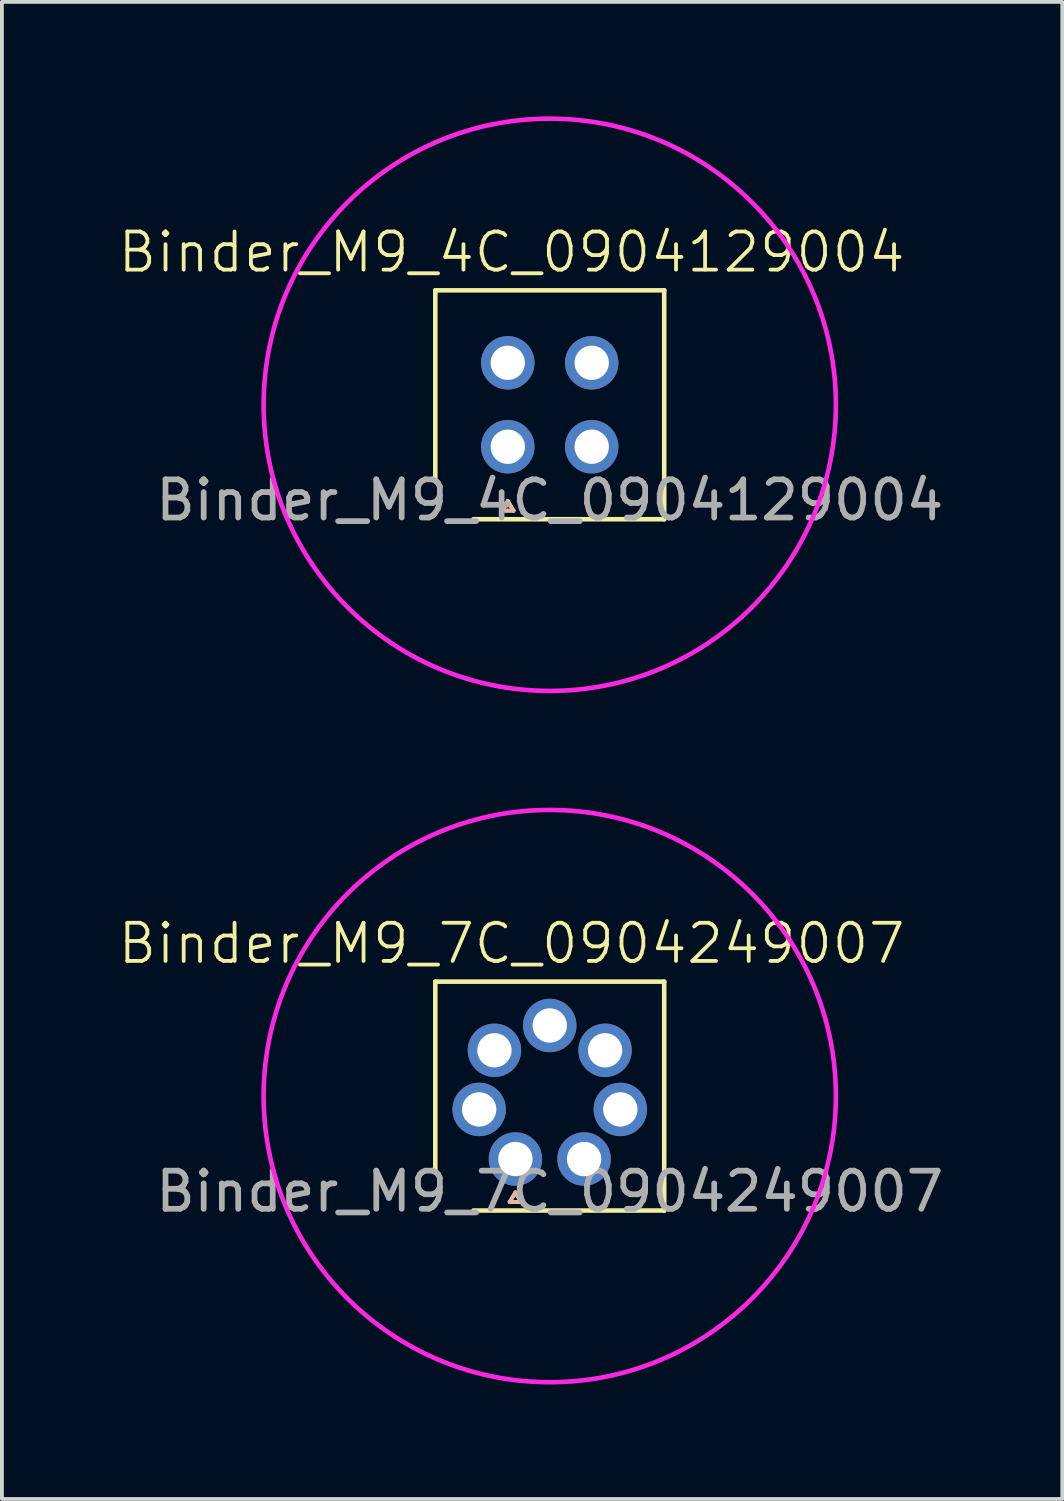
<source format=kicad_pcb>
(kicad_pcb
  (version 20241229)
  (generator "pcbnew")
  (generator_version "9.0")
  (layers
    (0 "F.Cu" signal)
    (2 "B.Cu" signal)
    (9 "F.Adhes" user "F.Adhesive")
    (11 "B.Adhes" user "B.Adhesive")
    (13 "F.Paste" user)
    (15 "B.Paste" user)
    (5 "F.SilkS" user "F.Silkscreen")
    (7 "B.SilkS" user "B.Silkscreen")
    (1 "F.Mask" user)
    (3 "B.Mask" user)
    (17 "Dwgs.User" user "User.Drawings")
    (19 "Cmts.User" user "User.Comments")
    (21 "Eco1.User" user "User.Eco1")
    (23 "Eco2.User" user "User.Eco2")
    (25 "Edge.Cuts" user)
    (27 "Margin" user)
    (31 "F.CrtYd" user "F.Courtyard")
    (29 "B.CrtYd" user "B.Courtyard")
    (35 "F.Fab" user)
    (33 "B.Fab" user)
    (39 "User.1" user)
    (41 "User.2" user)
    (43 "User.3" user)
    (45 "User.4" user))
  (footprint "Binder_M9_4C_0904129004"
    (layer "F.Cu")
    (at 11.36 7.56)
    (property "Reference" "Binder_M9_4C_0904129004" (at -1 -4 0) (unlocked yes) (layer "F.SilkS") (effects (font (size 1 1) (thickness 0.1))))
    (attr smd)
    (fp_line (start -3 -3) (end 3 -3) (stroke (width 0.12) (type default)) (layer "F.SilkS"))
    (fp_line (start -3 2) (end -3 -3) (stroke (width 0.12) (type default)) (layer "F.SilkS"))
    (fp_line (start -1.25 2.775) (end -0.95 2.775) (stroke (width 0.1) (type default)) (layer "F.SilkS"))
    (fp_line (start -1.1 2.525) (end -1.25 2.775) (stroke (width 0.1) (type default)) (layer "F.SilkS"))
    (fp_line (start -1.1 2.525) (end -0.95 2.775) (stroke (width 0.1) (type default)) (layer "F.SilkS"))
    (fp_line (start 3 -3) (end 3 3) (stroke (width 0.12) (type default)) (layer "F.SilkS"))
    (fp_line (start 3 3) (end -2 3) (stroke (width 0.12) (type default)) (layer "F.SilkS"))
    (fp_line (start -1.25 2.775) (end -0.95 2.775) (stroke (width 0.1) (type default)) (layer "B.SilkS"))
    (fp_line (start -1.1 2.525) (end -1.25 2.775) (stroke (width 0.1) (type default)) (layer "B.SilkS"))
    (fp_line (start -1.1 2.525) (end -0.95 2.775) (stroke (width 0.1) (type default)) (layer "B.SilkS"))
    (fp_circle (center 0 0) (end 7.5 0) (stroke (width 0.12) (type default)) (fill no) (layer "F.CrtYd"))
    (fp_text user "${REFERENCE}" (at 0 2.5 0) (unlocked yes) (layer "F.Fab") (effects (font (size 1 1) (thickness 0.15))))
    (pad "1" thru_hole circle (at -1.1 1.1) (size 1.4 1.4) (drill 0.9) (layers "*.Cu" "B.Mask"))
    (pad "2" thru_hole circle (at -1.1 -1.1) (size 1.4 1.4) (drill 0.9) (layers "*.Cu" "B.Mask"))
    (pad "3" thru_hole circle (at 1.1 -1.1) (size 1.4 1.4) (drill 0.9) (layers "*.Cu" "B.Mask"))
    (pad "4" thru_hole circle (at 1.1 1.1) (size 1.4 1.4) (drill 0.9) (layers "*.Cu" "B.Mask")))
  (footprint "Binder_M9_7C_0904249007"
    (layer "F.Cu")
    (at 11.36 25.68)
    (property "Reference" "Binder_M9_7C_0904249007" (at -1 -4 0) (unlocked yes) (layer "F.SilkS") (effects (font (size 1 1) (thickness 0.1))))
    (attr through_hole)
    (fp_line (start -3 -3) (end 3 -3) (stroke (width 0.12) (type default)) (layer "F.SilkS"))
    (fp_line (start -3 2) (end -3 -3) (stroke (width 0.12) (type default)) (layer "F.SilkS"))
    (fp_line (start -1.05 2.775) (end -0.75 2.775) (stroke (width 0.1) (type default)) (layer "F.SilkS"))
    (fp_line (start -0.9 2.525) (end -1.05 2.775) (stroke (width 0.1) (type default)) (layer "F.SilkS"))
    (fp_line (start -0.9 2.525) (end -0.75 2.775) (stroke (width 0.1) (type default)) (layer "F.SilkS"))
    (fp_line (start 3 -3) (end 3 3) (stroke (width 0.12) (type default)) (layer "F.SilkS"))
    (fp_line (start 3 3) (end -2 3) (stroke (width 0.12) (type default)) (layer "F.SilkS"))
    (fp_line (start -1.05 2.775) (end -0.75 2.775) (stroke (width 0.1) (type default)) (layer "B.SilkS"))
    (fp_line (start -0.9 2.525) (end -1.05 2.775) (stroke (width 0.1) (type default)) (layer "B.SilkS"))
    (fp_line (start -0.9 2.525) (end -0.75 2.775) (stroke (width 0.1) (type default)) (layer "B.SilkS"))
    (fp_circle (center 0 0) (end 7.5 0) (stroke (width 0.12) (type default)) (fill no) (layer "F.CrtYd"))
    (fp_text user "${REFERENCE}" (at 0 2.5 0) (unlocked yes) (layer "F.Fab") (effects (font (size 1 1) (thickness 0.15))))
    (pad "1" thru_hole circle (at -0.9 1.65) (size 1.4 1.4) (drill 0.9) (layers "*.Cu" "B.Mask"))
    (pad "2" thru_hole circle (at -1.85 0.35) (size 1.4 1.4) (drill 0.9) (layers "*.Cu" "B.Mask"))
    (pad "3" thru_hole circle (at -1.45 -1.2) (size 1.4 1.4) (drill 0.9) (layers "*.Cu" "B.Mask"))
    (pad "4" thru_hole circle (at 0 -1.85) (size 1.4 1.4) (drill 0.9) (layers "*.Cu" "B.Mask"))
    (pad "5" thru_hole circle (at 1.45 -1.2) (size 1.4 1.4) (drill 0.9) (layers "*.Cu" "B.Mask"))
    (pad "6" thru_hole circle (at 1.85 0.35) (size 1.4 1.4) (drill 0.9) (layers "*.Cu" "B.Mask"))
    (pad "7" thru_hole circle (at 0.9 1.65) (size 1.4 1.4) (drill 0.9) (layers "*.Cu" "B.Mask")))
  (gr_rect
    (start -3 -3)
    (end 24.794 36.24)
    (stroke (width 0.1) (type default))
    (fill no)
    (layer "Edge.Cuts")))
</source>
